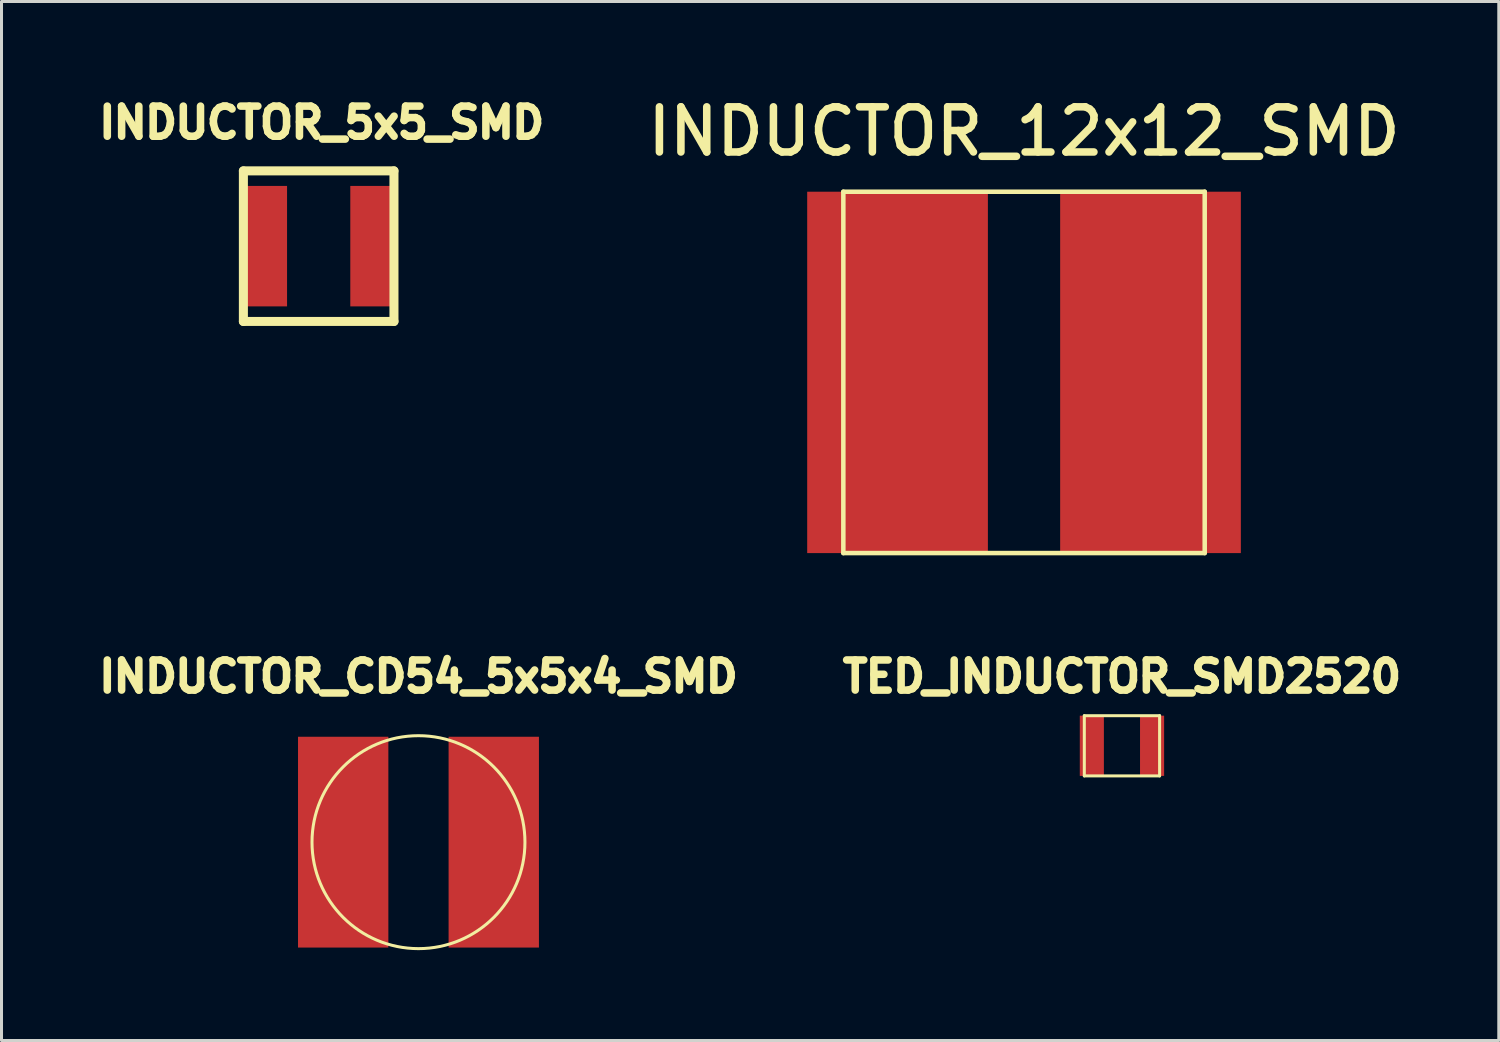
<source format=kicad_pcb>
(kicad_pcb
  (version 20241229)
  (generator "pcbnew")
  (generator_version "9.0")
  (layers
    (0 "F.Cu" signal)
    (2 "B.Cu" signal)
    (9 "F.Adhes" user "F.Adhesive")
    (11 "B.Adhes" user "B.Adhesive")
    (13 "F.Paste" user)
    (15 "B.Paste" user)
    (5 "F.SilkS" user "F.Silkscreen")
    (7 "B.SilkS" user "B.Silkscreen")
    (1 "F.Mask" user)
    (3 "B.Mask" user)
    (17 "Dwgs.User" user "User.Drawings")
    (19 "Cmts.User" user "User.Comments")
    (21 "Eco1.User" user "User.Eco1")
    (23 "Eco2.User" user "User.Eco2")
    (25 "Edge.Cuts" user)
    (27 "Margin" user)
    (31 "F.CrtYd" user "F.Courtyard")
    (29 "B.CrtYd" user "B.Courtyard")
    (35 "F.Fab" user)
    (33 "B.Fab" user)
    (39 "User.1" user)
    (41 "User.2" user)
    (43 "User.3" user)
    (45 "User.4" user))
  (footprint "INDUCTOR_12x12_SMD"
    (layer "F.Cu")
    (at 30.954 9.316)
    (property "Reference" "INDUCTOR_12x12_SMD" (at 0 -8 0) (layer "F.SilkS") (effects (font (size 1.5 1.5) (thickness 0.25))))
    (attr through_hole)
    (fp_line (start -6 -6) (end 6 -6) (stroke (width 0.15) (type solid)) (layer "F.SilkS"))
    (fp_line (start -6 6) (end -6 -6) (stroke (width 0.15) (type solid)) (layer "F.SilkS"))
    (fp_line (start 6 -6) (end 6 6) (stroke (width 0.15) (type solid)) (layer "F.SilkS"))
    (fp_line (start 6 6) (end -6 6) (stroke (width 0.15) (type solid)) (layer "F.SilkS"))
    (pad "1" smd rect (at -4.2 0) (size 6 12) (layers "F.Cu" "F.Mask" "F.Paste"))
    (pad "2" smd rect (at 4.2 0) (size 6 12) (layers "F.Cu" "F.Mask" "F.Paste")))
  (footprint "INDUCTOR_5x5_SMD"
    (layer "F.Cu")
    (at 7.532 5.124)
    (property "Reference" "INDUCTOR_5x5_SMD" (at 0.1 -4.1 0) (layer "F.SilkS") (effects (font (size 1 1) (thickness 0.25))))
    (attr through_hole)
    (fp_line (start -2.5 -2.5) (end 2.5 -2.5) (stroke (width 0.3) (type solid)) (layer "F.SilkS"))
    (fp_line (start -2.5 2.5) (end -2.5 -2.5) (stroke (width 0.3) (type solid)) (layer "F.SilkS"))
    (fp_line (start 2.5 -2.5) (end 2.5 2.5) (stroke (width 0.3) (type solid)) (layer "F.SilkS"))
    (fp_line (start 2.5 2.5) (end -2.5 2.5) (stroke (width 0.3) (type solid)) (layer "F.SilkS"))
    (pad "1" smd rect (at -1.8 0) (size 1.5 4) (layers "F.Cu" "F.Mask" "F.Paste"))
    (pad "2" smd rect (at 1.8 0) (size 1.5 4) (layers "F.Cu" "F.Mask" "F.Paste")))
  (footprint "INDUCTOR_CD54_5x5x4_SMD"
    (layer "F.Cu")
    (at 10.846 24.915)
    (property "Reference" "INDUCTOR_CD54_5x5x4_SMD" (at 0 -5.5 0) (layer "F.SilkS") (effects (font (size 1 1) (thickness 0.25))))
    (attr through_hole)
    (fp_circle (center 0 0) (end 2.5 2.5) (stroke (width 0.1) (type solid)) (fill no) (layer "F.SilkS"))
    (pad "1" smd rect (at -2.5 0) (size 3 7) (layers "F.Cu" "F.Mask" "F.Paste"))
    (pad "2" smd rect (at 2.5 0) (size 3 7) (layers "F.Cu" "F.Mask" "F.Paste")))
  (footprint "TED_INDUCTOR_SMD2520"
    (layer "F.Cu")
    (at 34.206 21.715)
    (property "Reference" "TED_INDUCTOR_SMD2520" (at 0 -2.3 0) (layer "F.SilkS") (effects (font (size 1 1) (thickness 0.25))))
    (attr through_hole)
    (fp_line (start -1.25 -1) (end 1.25 -1) (stroke (width 0.1) (type solid)) (layer "F.SilkS"))
    (fp_line (start -1.25 1) (end -1.25 -1) (stroke (width 0.1) (type solid)) (layer "F.SilkS"))
    (fp_line (start 1.25 -1) (end 1.25 1) (stroke (width 0.1) (type solid)) (layer "F.SilkS"))
    (fp_line (start 1.25 1) (end -1.25 1) (stroke (width 0.1) (type solid)) (layer "F.SilkS"))
    (pad "1" smd rect (at -1 0) (size 0.8 2) (layers "F.Cu" "F.Mask" "F.Paste"))
    (pad "2" smd rect (at 1 0) (size 0.8 2) (layers "F.Cu" "F.Mask" "F.Paste")))
  (gr_rect
    (start -3 -3)
    (end 46.719 31.501)
    (stroke (width 0.1) (type default))
    (fill no)
    (layer "Edge.Cuts")))
</source>
